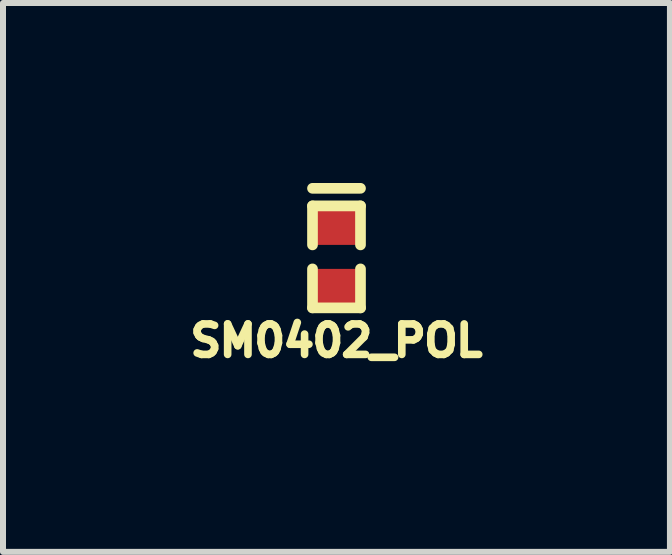
<source format=kicad_pcb>
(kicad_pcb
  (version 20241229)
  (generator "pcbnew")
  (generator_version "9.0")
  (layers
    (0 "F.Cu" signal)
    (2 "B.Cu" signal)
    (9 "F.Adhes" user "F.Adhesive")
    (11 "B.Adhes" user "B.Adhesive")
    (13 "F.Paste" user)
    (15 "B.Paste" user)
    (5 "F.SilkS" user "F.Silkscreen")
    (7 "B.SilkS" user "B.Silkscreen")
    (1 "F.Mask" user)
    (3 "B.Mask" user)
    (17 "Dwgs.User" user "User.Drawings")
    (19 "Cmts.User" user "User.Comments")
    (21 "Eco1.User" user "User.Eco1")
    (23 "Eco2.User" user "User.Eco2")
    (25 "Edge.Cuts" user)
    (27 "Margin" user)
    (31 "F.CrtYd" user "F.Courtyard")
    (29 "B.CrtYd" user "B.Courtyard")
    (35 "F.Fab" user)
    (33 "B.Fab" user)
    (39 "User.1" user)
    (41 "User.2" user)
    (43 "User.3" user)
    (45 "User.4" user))
  (footprint "SM0402_POL"
    (layer "F.Cu")
    (at 2.559 1.232)
    (property "Reference" "SM0402_POL" (at 0 1.397 180) (layer "F.SilkS") (effects (font (size 0.508 0.508) (thickness 0.127))))
    (attr smd)
    (fp_line (start -0.4 -0.85) (end -0.4 -0.2) (stroke (width 0.178) (type solid)) (layer "F.SilkS"))
    (fp_line (start -0.4 0.85) (end -0.4 0.2) (stroke (width 0.178) (type solid)) (layer "F.SilkS"))
    (fp_line (start 0.4 -1.143) (end -0.4 -1.143) (stroke (width 0.178) (type solid)) (layer "F.SilkS"))
    (fp_line (start 0.4 -0.85) (end -0.4 -0.85) (stroke (width 0.178) (type solid)) (layer "F.SilkS"))
    (fp_line (start 0.4 -0.2) (end 0.4 -0.85) (stroke (width 0.178) (type solid)) (layer "F.SilkS"))
    (fp_line (start 0.4 0.2) (end 0.4 0.85) (stroke (width 0.178) (type solid)) (layer "F.SilkS"))
    (fp_line (start 0.4 0.85) (end -0.4 0.85) (stroke (width 0.178) (type solid)) (layer "F.SilkS"))
    (pad "1" smd rect (at 0 -0.5 270) (size 0.6 0.7) (layers "F.Cu" "F.Mask" "F.Paste"))
    (pad "2" smd rect (at 0 0.5 270) (size 0.6 0.7) (layers "F.Cu" "F.Mask" "F.Paste")))
  (gr_rect
    (start -3 -3)
    (end 8.117 6.149)
    (stroke (width 0.1) (type default))
    (fill no)
    (layer "Edge.Cuts")))
</source>
